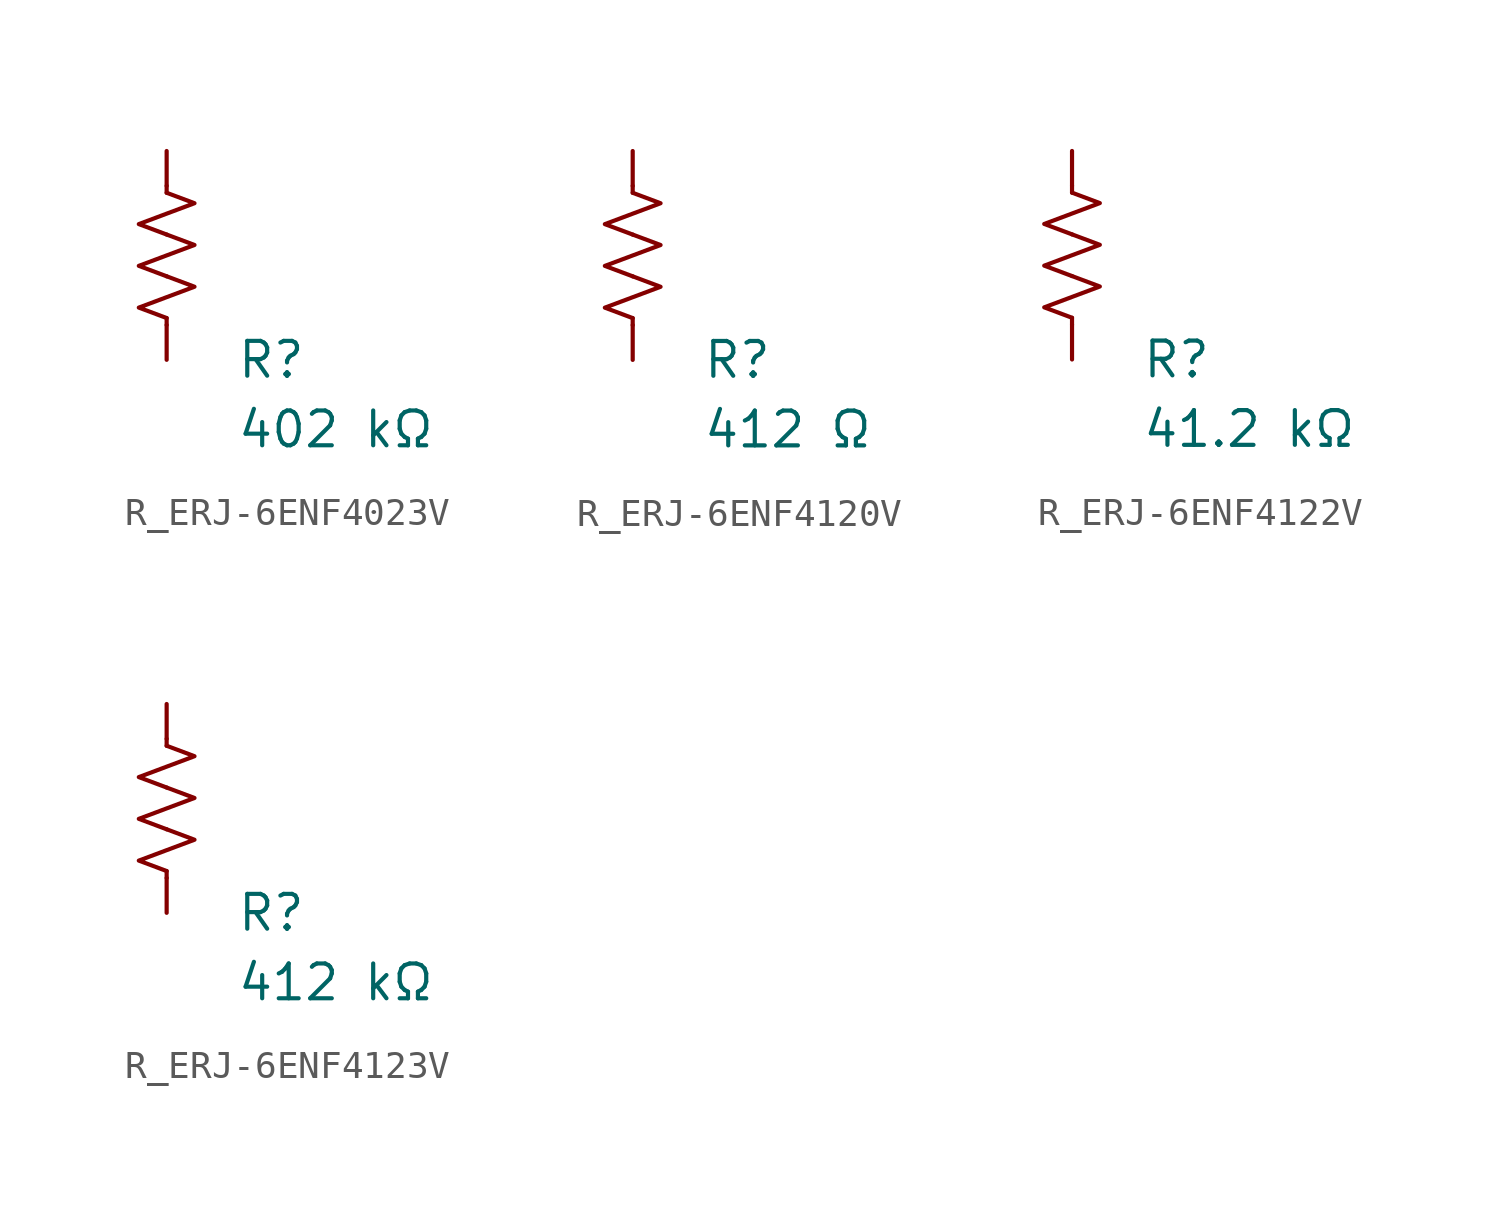
<source format=kicad_sym>
(kicad_symbol_lib
  (version 20231120)
  (generator "kicad_symbol_editor")
  (generator_version "8.0")
  (symbol "R_ERJ-6ENF4023V"
    (pin_numbers hide)
    (pin_names
      (offset 0))
    (property "Reference" "R"
      (at 2.54 -3.81 0)
      (effects (font (size 1.27 1.27)) (justify left))
      (show_name no))
    (property "Value" "402 kΩ"
      (at 2.54 -6.35 0)
      (effects (font (size 1.27 1.27)) (justify left))
      (show_name no))
    (symbol "R_ERJ-6ENF4023V_0_1"
      (polyline (pts (xy 0 -2.286) (xy 0 -2.54)) (stroke (width 0) (type default)) (fill (type none)))
      (polyline (pts (xy 0 2.286) (xy 0 2.54)) (stroke (width 0) (type default)) (fill (type none)))
      (polyline (pts (xy 0 -0.762) (xy 1.016 -1.143) (xy 0 -1.524) (xy -1.016 -1.905) (xy 0 -2.286)) (stroke (width 0) (type default)) (fill (type none)))
      (polyline (pts (xy 0 0.762) (xy 1.016 0.381) (xy 0 0) (xy -1.016 -0.381) (xy 0 -0.762)) (stroke (width 0) (type default)) (fill (type none)))
      (polyline (pts (xy 0 2.286) (xy 1.016 1.905) (xy 0 1.524) (xy -1.016 1.143) (xy 0 0.762)) (stroke (width 0) (type default)) (fill (type none))))
    (symbol "R_ERJ-6ENF4023V_1_1"
      (pin passive line (at 0 3.81 270) (length 1.27) (name "~" (effects (font (size 1.27 1.27)))) (number "1" (effects (font (size 1.27 1.27)))))
      (pin passive line (at 0 -3.81 90) (length 1.27) (name "~" (effects (font (size 1.27 1.27)))) (number "2" (effects (font (size 1.27 1.27)))))))
  (symbol "R_ERJ-6ENF4120V"
    (pin_numbers hide)
    (pin_names
      (offset 0))
    (property "Reference" "R"
      (at 2.54 -3.81 0)
      (effects (font (size 1.27 1.27)) (justify left))
      (show_name no))
    (property "Value" "412 Ω"
      (at 2.54 -6.35 0)
      (effects (font (size 1.27 1.27)) (justify left))
      (show_name no))
    (symbol "R_ERJ-6ENF4120V_0_1"
      (polyline (pts (xy 0 -2.286) (xy 0 -2.54)) (stroke (width 0) (type default)) (fill (type none)))
      (polyline (pts (xy 0 2.286) (xy 0 2.54)) (stroke (width 0) (type default)) (fill (type none)))
      (polyline (pts (xy 0 -0.762) (xy 1.016 -1.143) (xy 0 -1.524) (xy -1.016 -1.905) (xy 0 -2.286)) (stroke (width 0) (type default)) (fill (type none)))
      (polyline (pts (xy 0 0.762) (xy 1.016 0.381) (xy 0 0) (xy -1.016 -0.381) (xy 0 -0.762)) (stroke (width 0) (type default)) (fill (type none)))
      (polyline (pts (xy 0 2.286) (xy 1.016 1.905) (xy 0 1.524) (xy -1.016 1.143) (xy 0 0.762)) (stroke (width 0) (type default)) (fill (type none))))
    (symbol "R_ERJ-6ENF4120V_1_1"
      (pin passive line (at 0 3.81 270) (length 1.27) (name "~" (effects (font (size 1.27 1.27)))) (number "1" (effects (font (size 1.27 1.27)))))
      (pin passive line (at 0 -3.81 90) (length 1.27) (name "~" (effects (font (size 1.27 1.27)))) (number "2" (effects (font (size 1.27 1.27)))))))
  (symbol "R_ERJ-6ENF4122V"
    (pin_numbers hide)
    (pin_names
      (offset 0))
    (property "Reference" "R"
      (at 2.54 -3.81 0)
      (effects (font (size 1.27 1.27)) (justify left))
      (show_name no))
    (property "Value" "41.2 kΩ"
      (at 2.54 -6.35 0)
      (effects (font (size 1.27 1.27)) (justify left))
      (show_name no))
    (symbol "R_ERJ-6ENF4122V_0_1"
      (polyline (pts (xy 0 -2.286) (xy 0 -2.54)) (stroke (width 0) (type default)) (fill (type none)))
      (polyline (pts (xy 0 2.286) (xy 0 2.54)) (stroke (width 0) (type default)) (fill (type none)))
      (polyline (pts (xy 0 -0.762) (xy 1.016 -1.143) (xy 0 -1.524) (xy -1.016 -1.905) (xy 0 -2.286)) (stroke (width 0) (type default)) (fill (type none)))
      (polyline (pts (xy 0 0.762) (xy 1.016 0.381) (xy 0 0) (xy -1.016 -0.381) (xy 0 -0.762)) (stroke (width 0) (type default)) (fill (type none)))
      (polyline (pts (xy 0 2.286) (xy 1.016 1.905) (xy 0 1.524) (xy -1.016 1.143) (xy 0 0.762)) (stroke (width 0) (type default)) (fill (type none))))
    (symbol "R_ERJ-6ENF4122V_1_1"
      (pin passive line (at 0 3.81 270) (length 1.27) (name "~" (effects (font (size 1.27 1.27)))) (number "1" (effects (font (size 1.27 1.27)))))
      (pin passive line (at 0 -3.81 90) (length 1.27) (name "~" (effects (font (size 1.27 1.27)))) (number "2" (effects (font (size 1.27 1.27)))))))
  (symbol "R_ERJ-6ENF4123V"
    (pin_numbers hide)
    (pin_names
      (offset 0))
    (property "Reference" "R"
      (at 2.54 -3.81 0)
      (effects (font (size 1.27 1.27)) (justify left))
      (show_name no))
    (property "Value" "412 kΩ"
      (at 2.54 -6.35 0)
      (effects (font (size 1.27 1.27)) (justify left))
      (show_name no))
    (symbol "R_ERJ-6ENF4123V_0_1"
      (polyline (pts (xy 0 -2.286) (xy 0 -2.54)) (stroke (width 0) (type default)) (fill (type none)))
      (polyline (pts (xy 0 2.286) (xy 0 2.54)) (stroke (width 0) (type default)) (fill (type none)))
      (polyline (pts (xy 0 -0.762) (xy 1.016 -1.143) (xy 0 -1.524) (xy -1.016 -1.905) (xy 0 -2.286)) (stroke (width 0) (type default)) (fill (type none)))
      (polyline (pts (xy 0 0.762) (xy 1.016 0.381) (xy 0 0) (xy -1.016 -0.381) (xy 0 -0.762)) (stroke (width 0) (type default)) (fill (type none)))
      (polyline (pts (xy 0 2.286) (xy 1.016 1.905) (xy 0 1.524) (xy -1.016 1.143) (xy 0 0.762)) (stroke (width 0) (type default)) (fill (type none))))
    (symbol "R_ERJ-6ENF4123V_1_1"
      (pin passive line (at 0 3.81 270) (length 1.27) (name "~" (effects (font (size 1.27 1.27)))) (number "1" (effects (font (size 1.27 1.27)))))
      (pin passive line (at 0 -3.81 90) (length 1.27) (name "~" (effects (font (size 1.27 1.27)))) (number "2" (effects (font (size 1.27 1.27))))))))
</source>
